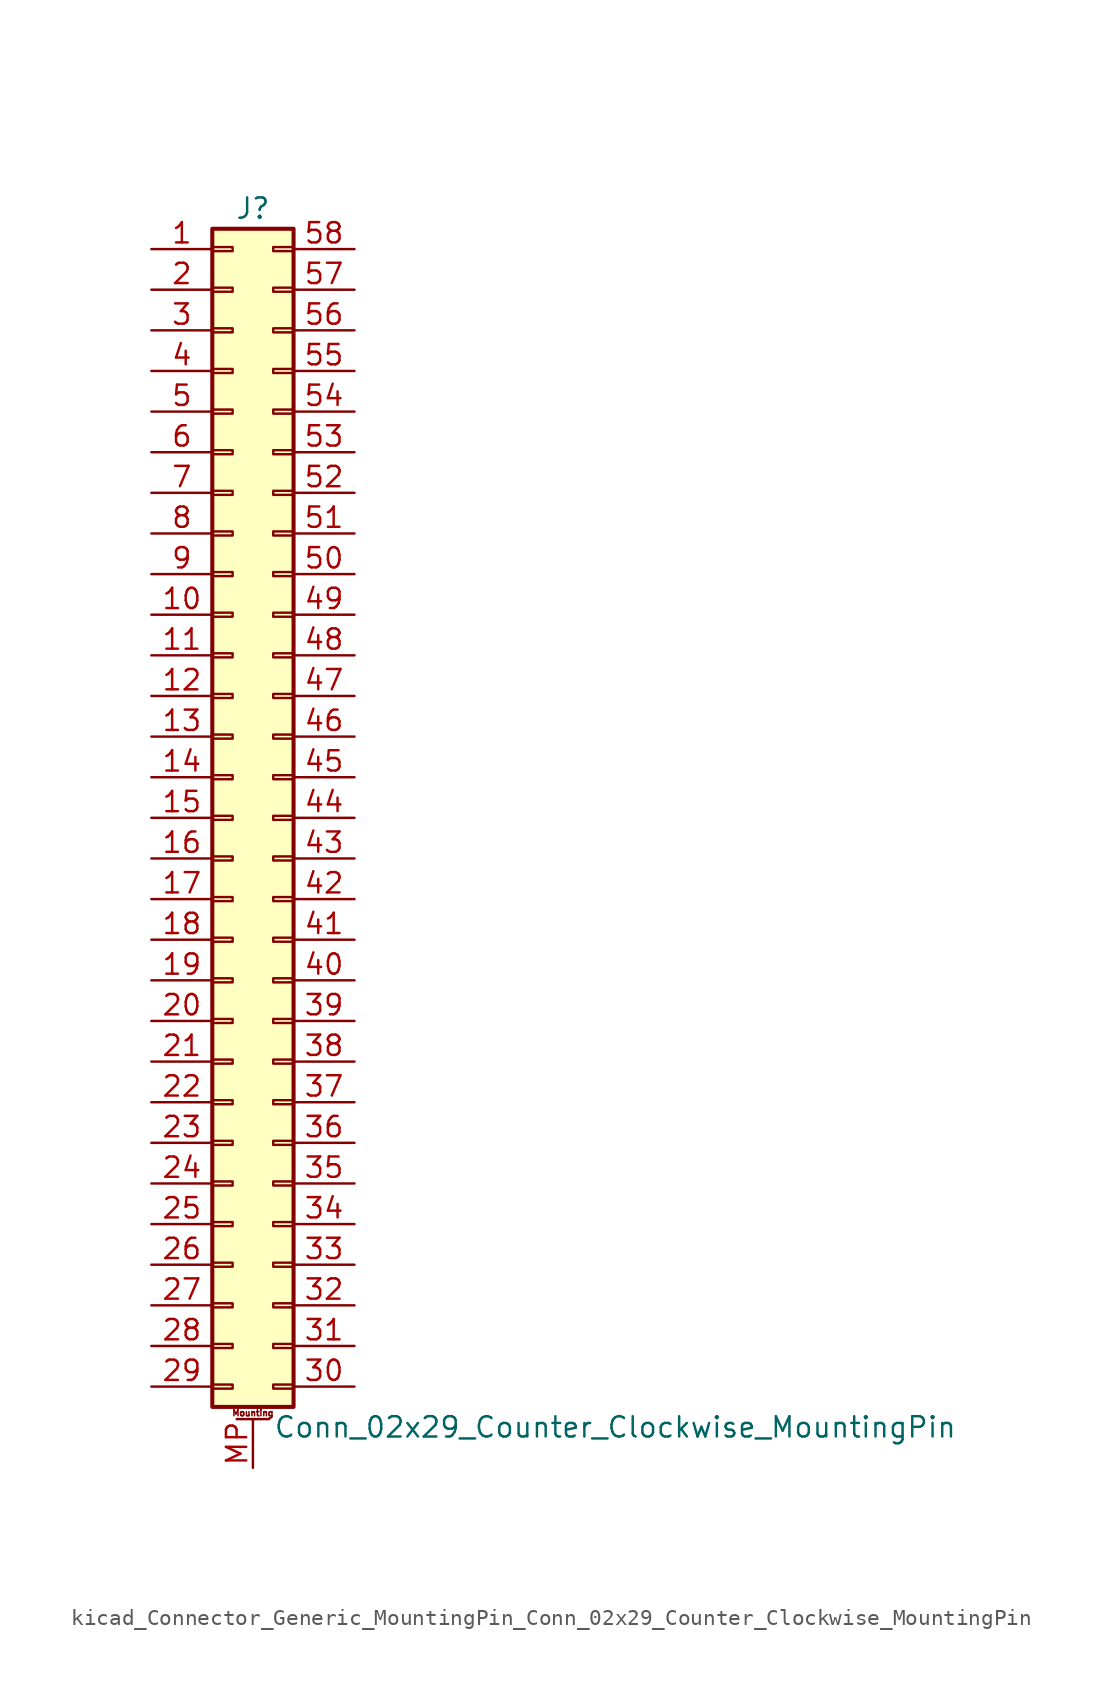
<source format=kicad_sym>
(kicad_symbol_lib
  (version 20220914)
  (generator kicad_symbol_editor)
  (symbol "kicad_Connector_Generic_MountingPin_Conn_02x29_Counter_Clockwise_MountingPin"
    (pin_names
      (offset 1.016) hide)
    (property "Reference" "J"
      (at 1.27 38.1 0)
      (effects (font (size 1.27 1.27))))
    (property "Value" "Conn_02x29_Counter_Clockwise_MountingPin"
      (at 2.54 -38.1 0)
      (effects (font (size 1.27 1.27)) (justify left)))
    (symbol "kicad_Connector_Generic_MountingPin_Conn_02x29_Counter_Clockwise_MountingPin_1_1"
      (rectangle (start -1.27 -35.433) (end 0 -35.687) (stroke (width 0.152) (type default)) (fill (type none)))
      (rectangle (start -1.27 -32.893) (end 0 -33.147) (stroke (width 0.152) (type default)) (fill (type none)))
      (rectangle (start -1.27 -30.353) (end 0 -30.607) (stroke (width 0.152) (type default)) (fill (type none)))
      (rectangle (start -1.27 -27.813) (end 0 -28.067) (stroke (width 0.152) (type default)) (fill (type none)))
      (rectangle (start -1.27 -25.273) (end 0 -25.527) (stroke (width 0.152) (type default)) (fill (type none)))
      (rectangle (start -1.27 -22.733) (end 0 -22.987) (stroke (width 0.152) (type default)) (fill (type none)))
      (rectangle (start -1.27 -20.193) (end 0 -20.447) (stroke (width 0.152) (type default)) (fill (type none)))
      (rectangle (start -1.27 -17.653) (end 0 -17.907) (stroke (width 0.152) (type default)) (fill (type none)))
      (rectangle (start -1.27 -15.113) (end 0 -15.367) (stroke (width 0.152) (type default)) (fill (type none)))
      (rectangle (start -1.27 -12.573) (end 0 -12.827) (stroke (width 0.152) (type default)) (fill (type none)))
      (rectangle (start -1.27 -10.033) (end 0 -10.287) (stroke (width 0.152) (type default)) (fill (type none)))
      (rectangle (start -1.27 -7.493) (end 0 -7.747) (stroke (width 0.152) (type default)) (fill (type none)))
      (rectangle (start -1.27 -4.953) (end 0 -5.207) (stroke (width 0.152) (type default)) (fill (type none)))
      (rectangle (start -1.27 -2.413) (end 0 -2.667) (stroke (width 0.152) (type default)) (fill (type none)))
      (rectangle (start -1.27 0.127) (end 0 -0.127) (stroke (width 0.152) (type default)) (fill (type none)))
      (rectangle (start -1.27 2.667) (end 0 2.413) (stroke (width 0.152) (type default)) (fill (type none)))
      (rectangle (start -1.27 5.207) (end 0 4.953) (stroke (width 0.152) (type default)) (fill (type none)))
      (rectangle (start -1.27 7.747) (end 0 7.493) (stroke (width 0.152) (type default)) (fill (type none)))
      (rectangle (start -1.27 10.287) (end 0 10.033) (stroke (width 0.152) (type default)) (fill (type none)))
      (rectangle (start -1.27 12.827) (end 0 12.573) (stroke (width 0.152) (type default)) (fill (type none)))
      (rectangle (start -1.27 15.367) (end 0 15.113) (stroke (width 0.152) (type default)) (fill (type none)))
      (rectangle (start -1.27 17.907) (end 0 17.653) (stroke (width 0.152) (type default)) (fill (type none)))
      (rectangle (start -1.27 20.447) (end 0 20.193) (stroke (width 0.152) (type default)) (fill (type none)))
      (rectangle (start -1.27 22.987) (end 0 22.733) (stroke (width 0.152) (type default)) (fill (type none)))
      (rectangle (start -1.27 25.527) (end 0 25.273) (stroke (width 0.152) (type default)) (fill (type none)))
      (rectangle (start -1.27 28.067) (end 0 27.813) (stroke (width 0.152) (type default)) (fill (type none)))
      (rectangle (start -1.27 30.607) (end 0 30.353) (stroke (width 0.152) (type default)) (fill (type none)))
      (rectangle (start -1.27 33.147) (end 0 32.893) (stroke (width 0.152) (type default)) (fill (type none)))
      (rectangle (start -1.27 35.687) (end 0 35.433) (stroke (width 0.152) (type default)) (fill (type none)))
      (rectangle (start -1.27 36.83) (end 3.81 -36.83) (stroke (width 0.254) (type default)) (fill (type background)))
      (polyline (pts (xy 0.254 -37.592) (xy 2.286 -37.592)) (stroke (width 0.152) (type default)) (fill (type none)))
      (rectangle (start 3.81 -35.433) (end 2.54 -35.687) (stroke (width 0.152) (type default)) (fill (type none)))
      (rectangle (start 3.81 -32.893) (end 2.54 -33.147) (stroke (width 0.152) (type default)) (fill (type none)))
      (rectangle (start 3.81 -30.353) (end 2.54 -30.607) (stroke (width 0.152) (type default)) (fill (type none)))
      (rectangle (start 3.81 -27.813) (end 2.54 -28.067) (stroke (width 0.152) (type default)) (fill (type none)))
      (rectangle (start 3.81 -25.273) (end 2.54 -25.527) (stroke (width 0.152) (type default)) (fill (type none)))
      (rectangle (start 3.81 -22.733) (end 2.54 -22.987) (stroke (width 0.152) (type default)) (fill (type none)))
      (rectangle (start 3.81 -20.193) (end 2.54 -20.447) (stroke (width 0.152) (type default)) (fill (type none)))
      (rectangle (start 3.81 -17.653) (end 2.54 -17.907) (stroke (width 0.152) (type default)) (fill (type none)))
      (rectangle (start 3.81 -15.113) (end 2.54 -15.367) (stroke (width 0.152) (type default)) (fill (type none)))
      (rectangle (start 3.81 -12.573) (end 2.54 -12.827) (stroke (width 0.152) (type default)) (fill (type none)))
      (rectangle (start 3.81 -10.033) (end 2.54 -10.287) (stroke (width 0.152) (type default)) (fill (type none)))
      (rectangle (start 3.81 -7.493) (end 2.54 -7.747) (stroke (width 0.152) (type default)) (fill (type none)))
      (rectangle (start 3.81 -4.953) (end 2.54 -5.207) (stroke (width 0.152) (type default)) (fill (type none)))
      (rectangle (start 3.81 -2.413) (end 2.54 -2.667) (stroke (width 0.152) (type default)) (fill (type none)))
      (rectangle (start 3.81 0.127) (end 2.54 -0.127) (stroke (width 0.152) (type default)) (fill (type none)))
      (rectangle (start 3.81 2.667) (end 2.54 2.413) (stroke (width 0.152) (type default)) (fill (type none)))
      (rectangle (start 3.81 5.207) (end 2.54 4.953) (stroke (width 0.152) (type default)) (fill (type none)))
      (rectangle (start 3.81 7.747) (end 2.54 7.493) (stroke (width 0.152) (type default)) (fill (type none)))
      (rectangle (start 3.81 10.287) (end 2.54 10.033) (stroke (width 0.152) (type default)) (fill (type none)))
      (rectangle (start 3.81 12.827) (end 2.54 12.573) (stroke (width 0.152) (type default)) (fill (type none)))
      (rectangle (start 3.81 15.367) (end 2.54 15.113) (stroke (width 0.152) (type default)) (fill (type none)))
      (rectangle (start 3.81 17.907) (end 2.54 17.653) (stroke (width 0.152) (type default)) (fill (type none)))
      (rectangle (start 3.81 20.447) (end 2.54 20.193) (stroke (width 0.152) (type default)) (fill (type none)))
      (rectangle (start 3.81 22.987) (end 2.54 22.733) (stroke (width 0.152) (type default)) (fill (type none)))
      (rectangle (start 3.81 25.527) (end 2.54 25.273) (stroke (width 0.152) (type default)) (fill (type none)))
      (rectangle (start 3.81 28.067) (end 2.54 27.813) (stroke (width 0.152) (type default)) (fill (type none)))
      (rectangle (start 3.81 30.607) (end 2.54 30.353) (stroke (width 0.152) (type default)) (fill (type none)))
      (rectangle (start 3.81 33.147) (end 2.54 32.893) (stroke (width 0.152) (type default)) (fill (type none)))
      (rectangle (start 3.81 35.687) (end 2.54 35.433) (stroke (width 0.152) (type default)) (fill (type none)))
      (text "Mounting" (at 1.27 -37.211 0) (effects (font (size 0.381 0.381))))
      (pin passive line (at -5.08 35.56 0) (length 3.81) (name "Pin_1" (effects (font (size 1.27 1.27)))) (number "1" (effects (font (size 1.27 1.27)))))
      (pin passive line (at -5.08 12.7 0) (length 3.81) (name "Pin_10" (effects (font (size 1.27 1.27)))) (number "10" (effects (font (size 1.27 1.27)))))
      (pin passive line (at -5.08 10.16 0) (length 3.81) (name "Pin_11" (effects (font (size 1.27 1.27)))) (number "11" (effects (font (size 1.27 1.27)))))
      (pin passive line (at -5.08 7.62 0) (length 3.81) (name "Pin_12" (effects (font (size 1.27 1.27)))) (number "12" (effects (font (size 1.27 1.27)))))
      (pin passive line (at -5.08 5.08 0) (length 3.81) (name "Pin_13" (effects (font (size 1.27 1.27)))) (number "13" (effects (font (size 1.27 1.27)))))
      (pin passive line (at -5.08 2.54 0) (length 3.81) (name "Pin_14" (effects (font (size 1.27 1.27)))) (number "14" (effects (font (size 1.27 1.27)))))
      (pin passive line (at -5.08 0 0) (length 3.81) (name "Pin_15" (effects (font (size 1.27 1.27)))) (number "15" (effects (font (size 1.27 1.27)))))
      (pin passive line (at -5.08 -2.54 0) (length 3.81) (name "Pin_16" (effects (font (size 1.27 1.27)))) (number "16" (effects (font (size 1.27 1.27)))))
      (pin passive line (at -5.08 -5.08 0) (length 3.81) (name "Pin_17" (effects (font (size 1.27 1.27)))) (number "17" (effects (font (size 1.27 1.27)))))
      (pin passive line (at -5.08 -7.62 0) (length 3.81) (name "Pin_18" (effects (font (size 1.27 1.27)))) (number "18" (effects (font (size 1.27 1.27)))))
      (pin passive line (at -5.08 -10.16 0) (length 3.81) (name "Pin_19" (effects (font (size 1.27 1.27)))) (number "19" (effects (font (size 1.27 1.27)))))
      (pin passive line (at -5.08 33.02 0) (length 3.81) (name "Pin_2" (effects (font (size 1.27 1.27)))) (number "2" (effects (font (size 1.27 1.27)))))
      (pin passive line (at -5.08 -12.7 0) (length 3.81) (name "Pin_20" (effects (font (size 1.27 1.27)))) (number "20" (effects (font (size 1.27 1.27)))))
      (pin passive line (at -5.08 -15.24 0) (length 3.81) (name "Pin_21" (effects (font (size 1.27 1.27)))) (number "21" (effects (font (size 1.27 1.27)))))
      (pin passive line (at -5.08 -17.78 0) (length 3.81) (name "Pin_22" (effects (font (size 1.27 1.27)))) (number "22" (effects (font (size 1.27 1.27)))))
      (pin passive line (at -5.08 -20.32 0) (length 3.81) (name "Pin_23" (effects (font (size 1.27 1.27)))) (number "23" (effects (font (size 1.27 1.27)))))
      (pin passive line (at -5.08 -22.86 0) (length 3.81) (name "Pin_24" (effects (font (size 1.27 1.27)))) (number "24" (effects (font (size 1.27 1.27)))))
      (pin passive line (at -5.08 -25.4 0) (length 3.81) (name "Pin_25" (effects (font (size 1.27 1.27)))) (number "25" (effects (font (size 1.27 1.27)))))
      (pin passive line (at -5.08 -27.94 0) (length 3.81) (name "Pin_26" (effects (font (size 1.27 1.27)))) (number "26" (effects (font (size 1.27 1.27)))))
      (pin passive line (at -5.08 -30.48 0) (length 3.81) (name "Pin_27" (effects (font (size 1.27 1.27)))) (number "27" (effects (font (size 1.27 1.27)))))
      (pin passive line (at -5.08 -33.02 0) (length 3.81) (name "Pin_28" (effects (font (size 1.27 1.27)))) (number "28" (effects (font (size 1.27 1.27)))))
      (pin passive line (at -5.08 -35.56 0) (length 3.81) (name "Pin_29" (effects (font (size 1.27 1.27)))) (number "29" (effects (font (size 1.27 1.27)))))
      (pin passive line (at -5.08 30.48 0) (length 3.81) (name "Pin_3" (effects (font (size 1.27 1.27)))) (number "3" (effects (font (size 1.27 1.27)))))
      (pin passive line (at 7.62 -35.56 180) (length 3.81) (name "Pin_30" (effects (font (size 1.27 1.27)))) (number "30" (effects (font (size 1.27 1.27)))))
      (pin passive line (at 7.62 -33.02 180) (length 3.81) (name "Pin_31" (effects (font (size 1.27 1.27)))) (number "31" (effects (font (size 1.27 1.27)))))
      (pin passive line (at 7.62 -30.48 180) (length 3.81) (name "Pin_32" (effects (font (size 1.27 1.27)))) (number "32" (effects (font (size 1.27 1.27)))))
      (pin passive line (at 7.62 -27.94 180) (length 3.81) (name "Pin_33" (effects (font (size 1.27 1.27)))) (number "33" (effects (font (size 1.27 1.27)))))
      (pin passive line (at 7.62 -25.4 180) (length 3.81) (name "Pin_34" (effects (font (size 1.27 1.27)))) (number "34" (effects (font (size 1.27 1.27)))))
      (pin passive line (at 7.62 -22.86 180) (length 3.81) (name "Pin_35" (effects (font (size 1.27 1.27)))) (number "35" (effects (font (size 1.27 1.27)))))
      (pin passive line (at 7.62 -20.32 180) (length 3.81) (name "Pin_36" (effects (font (size 1.27 1.27)))) (number "36" (effects (font (size 1.27 1.27)))))
      (pin passive line (at 7.62 -17.78 180) (length 3.81) (name "Pin_37" (effects (font (size 1.27 1.27)))) (number "37" (effects (font (size 1.27 1.27)))))
      (pin passive line (at 7.62 -15.24 180) (length 3.81) (name "Pin_38" (effects (font (size 1.27 1.27)))) (number "38" (effects (font (size 1.27 1.27)))))
      (pin passive line (at 7.62 -12.7 180) (length 3.81) (name "Pin_39" (effects (font (size 1.27 1.27)))) (number "39" (effects (font (size 1.27 1.27)))))
      (pin passive line (at -5.08 27.94 0) (length 3.81) (name "Pin_4" (effects (font (size 1.27 1.27)))) (number "4" (effects (font (size 1.27 1.27)))))
      (pin passive line (at 7.62 -10.16 180) (length 3.81) (name "Pin_40" (effects (font (size 1.27 1.27)))) (number "40" (effects (font (size 1.27 1.27)))))
      (pin passive line (at 7.62 -7.62 180) (length 3.81) (name "Pin_41" (effects (font (size 1.27 1.27)))) (number "41" (effects (font (size 1.27 1.27)))))
      (pin passive line (at 7.62 -5.08 180) (length 3.81) (name "Pin_42" (effects (font (size 1.27 1.27)))) (number "42" (effects (font (size 1.27 1.27)))))
      (pin passive line (at 7.62 -2.54 180) (length 3.81) (name "Pin_43" (effects (font (size 1.27 1.27)))) (number "43" (effects (font (size 1.27 1.27)))))
      (pin passive line (at 7.62 0 180) (length 3.81) (name "Pin_44" (effects (font (size 1.27 1.27)))) (number "44" (effects (font (size 1.27 1.27)))))
      (pin passive line (at 7.62 2.54 180) (length 3.81) (name "Pin_45" (effects (font (size 1.27 1.27)))) (number "45" (effects (font (size 1.27 1.27)))))
      (pin passive line (at 7.62 5.08 180) (length 3.81) (name "Pin_46" (effects (font (size 1.27 1.27)))) (number "46" (effects (font (size 1.27 1.27)))))
      (pin passive line (at 7.62 7.62 180) (length 3.81) (name "Pin_47" (effects (font (size 1.27 1.27)))) (number "47" (effects (font (size 1.27 1.27)))))
      (pin passive line (at 7.62 10.16 180) (length 3.81) (name "Pin_48" (effects (font (size 1.27 1.27)))) (number "48" (effects (font (size 1.27 1.27)))))
      (pin passive line (at 7.62 12.7 180) (length 3.81) (name "Pin_49" (effects (font (size 1.27 1.27)))) (number "49" (effects (font (size 1.27 1.27)))))
      (pin passive line (at -5.08 25.4 0) (length 3.81) (name "Pin_5" (effects (font (size 1.27 1.27)))) (number "5" (effects (font (size 1.27 1.27)))))
      (pin passive line (at 7.62 15.24 180) (length 3.81) (name "Pin_50" (effects (font (size 1.27 1.27)))) (number "50" (effects (font (size 1.27 1.27)))))
      (pin passive line (at 7.62 17.78 180) (length 3.81) (name "Pin_51" (effects (font (size 1.27 1.27)))) (number "51" (effects (font (size 1.27 1.27)))))
      (pin passive line (at 7.62 20.32 180) (length 3.81) (name "Pin_52" (effects (font (size 1.27 1.27)))) (number "52" (effects (font (size 1.27 1.27)))))
      (pin passive line (at 7.62 22.86 180) (length 3.81) (name "Pin_53" (effects (font (size 1.27 1.27)))) (number "53" (effects (font (size 1.27 1.27)))))
      (pin passive line (at 7.62 25.4 180) (length 3.81) (name "Pin_54" (effects (font (size 1.27 1.27)))) (number "54" (effects (font (size 1.27 1.27)))))
      (pin passive line (at 7.62 27.94 180) (length 3.81) (name "Pin_55" (effects (font (size 1.27 1.27)))) (number "55" (effects (font (size 1.27 1.27)))))
      (pin passive line (at 7.62 30.48 180) (length 3.81) (name "Pin_56" (effects (font (size 1.27 1.27)))) (number "56" (effects (font (size 1.27 1.27)))))
      (pin passive line (at 7.62 33.02 180) (length 3.81) (name "Pin_57" (effects (font (size 1.27 1.27)))) (number "57" (effects (font (size 1.27 1.27)))))
      (pin passive line (at 7.62 35.56 180) (length 3.81) (name "Pin_58" (effects (font (size 1.27 1.27)))) (number "58" (effects (font (size 1.27 1.27)))))
      (pin passive line (at -5.08 22.86 0) (length 3.81) (name "Pin_6" (effects (font (size 1.27 1.27)))) (number "6" (effects (font (size 1.27 1.27)))))
      (pin passive line (at -5.08 20.32 0) (length 3.81) (name "Pin_7" (effects (font (size 1.27 1.27)))) (number "7" (effects (font (size 1.27 1.27)))))
      (pin passive line (at -5.08 17.78 0) (length 3.81) (name "Pin_8" (effects (font (size 1.27 1.27)))) (number "8" (effects (font (size 1.27 1.27)))))
      (pin passive line (at -5.08 15.24 0) (length 3.81) (name "Pin_9" (effects (font (size 1.27 1.27)))) (number "9" (effects (font (size 1.27 1.27)))))
      (pin passive line (at 1.27 -40.64 90) (length 3.048) (name "MountPin" (effects (font (size 1.27 1.27)))) (number "MP" (effects (font (size 1.27 1.27))))))))
</source>
